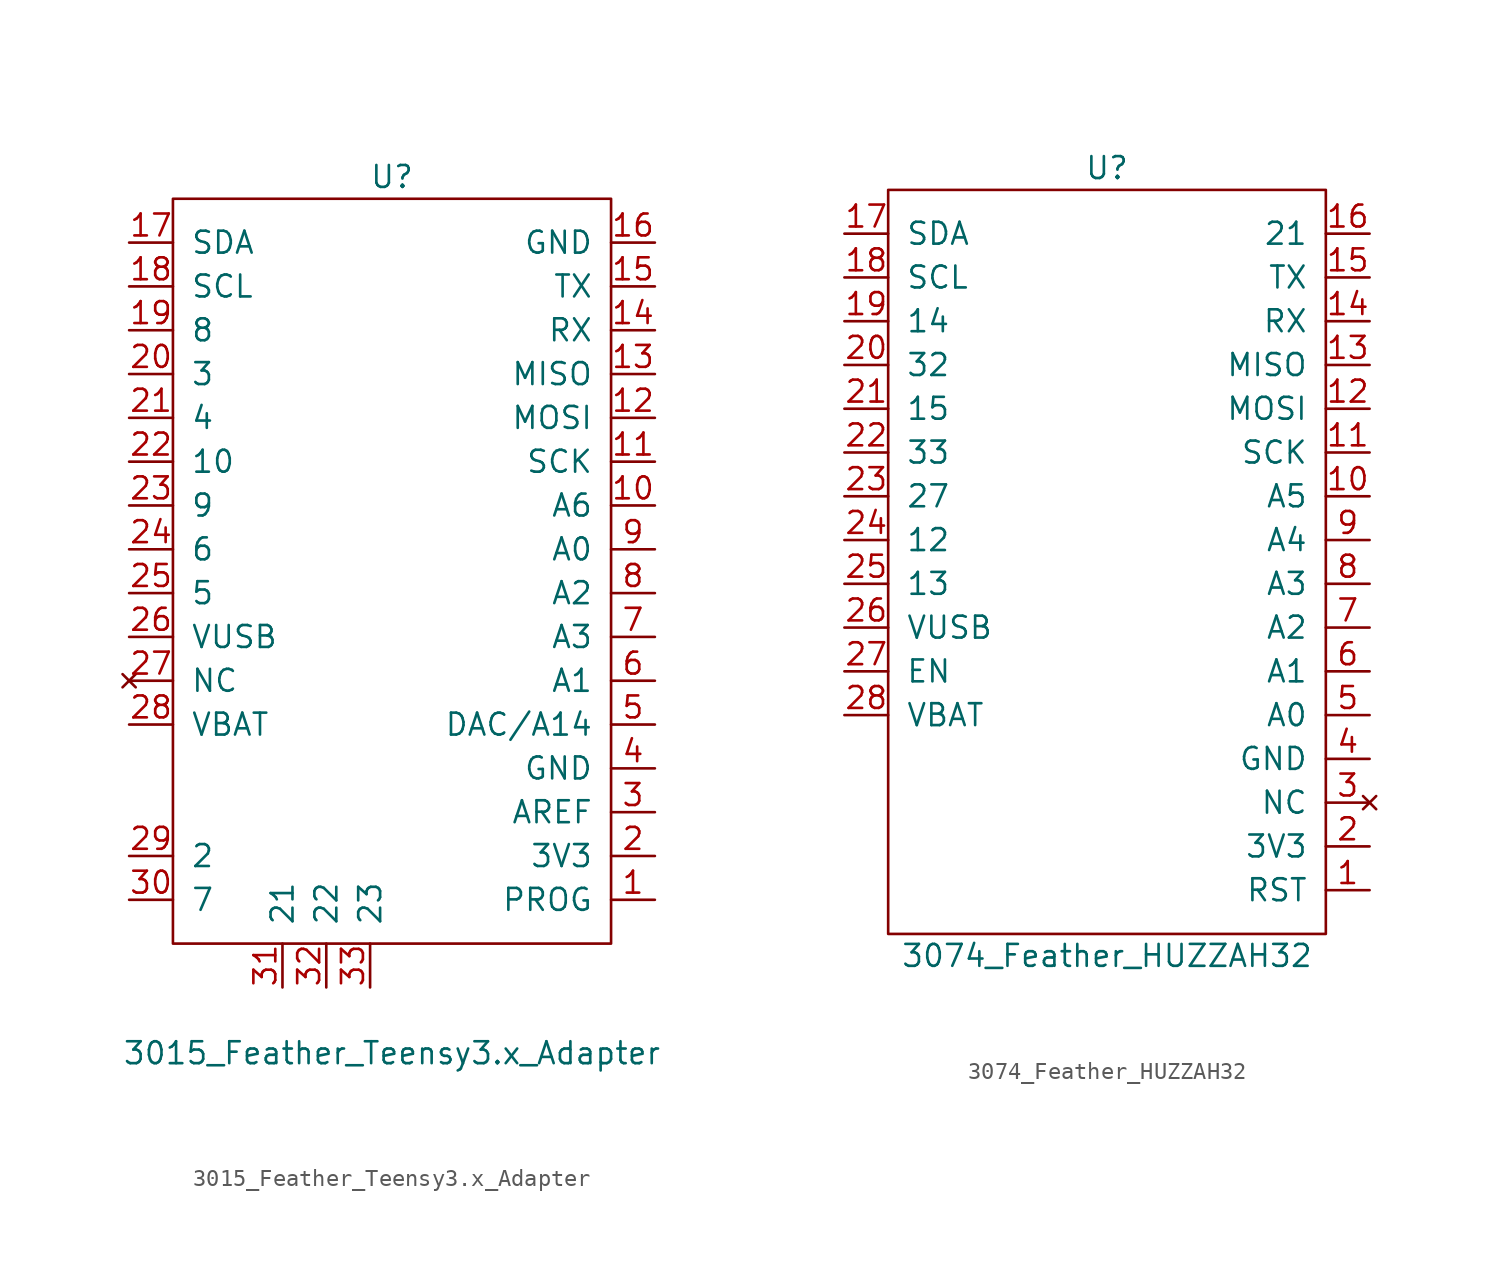
<source format=kicad_sym>
(kicad_symbol_lib
  (version 20211014)
  (generator kicad_symbol_editor)
  (symbol "3015_Feather_Teensy3.x_Adapter"
    (pin_names
      (offset 1.016))
    (property "Reference" "U"
      (at 0 24.13 0)
      (effects (font (size 1.27 1.27))))
    (property "Value" "3015_Feather_Teensy3.x_Adapter"
      (at 0 -26.67 0)
      (effects (font (size 1.27 1.27))))
    (symbol "3015_Feather_Teensy3.x_Adapter_0_1"
      (rectangle (start 12.7 22.86) (end -12.7 -20.32) (stroke (width 0) (type default) (color 0 0 0 0)) (fill (type none))))
    (symbol "3015_Feather_Teensy3.x_Adapter_1_1"
      (pin input line (at 15.24 -17.78 180) (length 2.54) (name "PROG" (effects (font (size 1.27 1.27)))) (number "1" (effects (font (size 1.27 1.27)))))
      (pin bidirectional line (at 15.24 5.08 180) (length 2.54) (name "A6" (effects (font (size 1.27 1.27)))) (number "10" (effects (font (size 1.27 1.27)))))
      (pin output line (at 15.24 7.62 180) (length 2.54) (name "SCK" (effects (font (size 1.27 1.27)))) (number "11" (effects (font (size 1.27 1.27)))))
      (pin output line (at 15.24 10.16 180) (length 2.54) (name "MOSI" (effects (font (size 1.27 1.27)))) (number "12" (effects (font (size 1.27 1.27)))))
      (pin input line (at 15.24 12.7 180) (length 2.54) (name "MISO" (effects (font (size 1.27 1.27)))) (number "13" (effects (font (size 1.27 1.27)))))
      (pin input line (at 15.24 15.24 180) (length 2.54) (name "RX" (effects (font (size 1.27 1.27)))) (number "14" (effects (font (size 1.27 1.27)))))
      (pin output line (at 15.24 17.78 180) (length 2.54) (name "TX" (effects (font (size 1.27 1.27)))) (number "15" (effects (font (size 1.27 1.27)))))
      (pin power_in line (at 15.24 20.32 180) (length 2.54) (name "GND" (effects (font (size 1.27 1.27)))) (number "16" (effects (font (size 1.27 1.27)))))
      (pin output line (at -15.24 20.32 0) (length 2.54) (name "SDA" (effects (font (size 1.27 1.27)))) (number "17" (effects (font (size 1.27 1.27)))))
      (pin output line (at -15.24 17.78 0) (length 2.54) (name "SCL" (effects (font (size 1.27 1.27)))) (number "18" (effects (font (size 1.27 1.27)))))
      (pin bidirectional line (at -15.24 15.24 0) (length 2.54) (name "8" (effects (font (size 1.27 1.27)))) (number "19" (effects (font (size 1.27 1.27)))))
      (pin power_out line (at 15.24 -15.24 180) (length 2.54) (name "3V3" (effects (font (size 1.27 1.27)))) (number "2" (effects (font (size 1.27 1.27)))))
      (pin bidirectional line (at -15.24 12.7 0) (length 2.54) (name "3" (effects (font (size 1.27 1.27)))) (number "20" (effects (font (size 1.27 1.27)))))
      (pin bidirectional line (at -15.24 10.16 0) (length 2.54) (name "4" (effects (font (size 1.27 1.27)))) (number "21" (effects (font (size 1.27 1.27)))))
      (pin bidirectional line (at -15.24 7.62 0) (length 2.54) (name "10" (effects (font (size 1.27 1.27)))) (number "22" (effects (font (size 1.27 1.27)))))
      (pin bidirectional line (at -15.24 5.08 0) (length 2.54) (name "9" (effects (font (size 1.27 1.27)))) (number "23" (effects (font (size 1.27 1.27)))))
      (pin bidirectional line (at -15.24 2.54 0) (length 2.54) (name "6" (effects (font (size 1.27 1.27)))) (number "24" (effects (font (size 1.27 1.27)))))
      (pin bidirectional line (at -15.24 0 0) (length 2.54) (name "5" (effects (font (size 1.27 1.27)))) (number "25" (effects (font (size 1.27 1.27)))))
      (pin bidirectional line (at -15.24 -2.54 0) (length 2.54) (name "VUSB" (effects (font (size 1.27 1.27)))) (number "26" (effects (font (size 1.27 1.27)))))
      (pin no_connect line (at -15.24 -5.08 0) (length 2.54) (name "NC" (effects (font (size 1.27 1.27)))) (number "27" (effects (font (size 1.27 1.27)))))
      (pin power_out line (at -15.24 -7.62 0) (length 2.54) (name "VBAT" (effects (font (size 1.27 1.27)))) (number "28" (effects (font (size 1.27 1.27)))))
      (pin bidirectional line (at -15.24 -15.24 0) (length 2.54) (name "2" (effects (font (size 1.27 1.27)))) (number "29" (effects (font (size 1.27 1.27)))))
      (pin input line (at 15.24 -12.7 180) (length 2.54) (name "AREF" (effects (font (size 1.27 1.27)))) (number "3" (effects (font (size 1.27 1.27)))))
      (pin bidirectional line (at -15.24 -17.78 0) (length 2.54) (name "7" (effects (font (size 1.27 1.27)))) (number "30" (effects (font (size 1.27 1.27)))))
      (pin bidirectional line (at -6.35 -22.86 90) (length 2.54) (name "21" (effects (font (size 1.27 1.27)))) (number "31" (effects (font (size 1.27 1.27)))))
      (pin bidirectional line (at -3.81 -22.86 90) (length 2.54) (name "22" (effects (font (size 1.27 1.27)))) (number "32" (effects (font (size 1.27 1.27)))))
      (pin bidirectional line (at -1.27 -22.86 90) (length 2.54) (name "23" (effects (font (size 1.27 1.27)))) (number "33" (effects (font (size 1.27 1.27)))))
      (pin power_in line (at 15.24 -10.16 180) (length 2.54) (name "GND" (effects (font (size 1.27 1.27)))) (number "4" (effects (font (size 1.27 1.27)))))
      (pin bidirectional line (at 15.24 -7.62 180) (length 2.54) (name "DAC/A14" (effects (font (size 1.27 1.27)))) (number "5" (effects (font (size 1.27 1.27)))))
      (pin bidirectional line (at 15.24 -5.08 180) (length 2.54) (name "A1" (effects (font (size 1.27 1.27)))) (number "6" (effects (font (size 1.27 1.27)))))
      (pin bidirectional line (at 15.24 -2.54 180) (length 2.54) (name "A3" (effects (font (size 1.27 1.27)))) (number "7" (effects (font (size 1.27 1.27)))))
      (pin bidirectional line (at 15.24 0 180) (length 2.54) (name "A2" (effects (font (size 1.27 1.27)))) (number "8" (effects (font (size 1.27 1.27)))))
      (pin bidirectional line (at 15.24 2.54 180) (length 2.54) (name "A0" (effects (font (size 1.27 1.27)))) (number "9" (effects (font (size 1.27 1.27)))))))
  (symbol "3074_Feather_HUZZAH32"
    (pin_names
      (offset 1.016))
    (property "Reference" "U"
      (at 0 24.13 0)
      (effects (font (size 1.27 1.27))))
    (property "Value" "3074_Feather_HUZZAH32"
      (at 0 -21.59 0)
      (effects (font (size 1.27 1.27))))
    (symbol "3074_Feather_HUZZAH32_0_1"
      (rectangle (start 12.7 22.86) (end -12.7 -20.32) (stroke (width 0) (type default) (color 0 0 0 0)) (fill (type none))))
    (symbol "3074_Feather_HUZZAH32_1_1"
      (pin input line (at 15.24 -17.78 180) (length 2.54) (name "RST" (effects (font (size 1.27 1.27)))) (number "1" (effects (font (size 1.27 1.27)))))
      (pin bidirectional line (at 15.24 5.08 180) (length 2.54) (name "A5" (effects (font (size 1.27 1.27)))) (number "10" (effects (font (size 1.27 1.27)))))
      (pin output line (at 15.24 7.62 180) (length 2.54) (name "SCK" (effects (font (size 1.27 1.27)))) (number "11" (effects (font (size 1.27 1.27)))))
      (pin output line (at 15.24 10.16 180) (length 2.54) (name "MOSI" (effects (font (size 1.27 1.27)))) (number "12" (effects (font (size 1.27 1.27)))))
      (pin input line (at 15.24 12.7 180) (length 2.54) (name "MISO" (effects (font (size 1.27 1.27)))) (number "13" (effects (font (size 1.27 1.27)))))
      (pin input line (at 15.24 15.24 180) (length 2.54) (name "RX" (effects (font (size 1.27 1.27)))) (number "14" (effects (font (size 1.27 1.27)))))
      (pin output line (at 15.24 17.78 180) (length 2.54) (name "TX" (effects (font (size 1.27 1.27)))) (number "15" (effects (font (size 1.27 1.27)))))
      (pin bidirectional line (at 15.24 20.32 180) (length 2.54) (name "21" (effects (font (size 1.27 1.27)))) (number "16" (effects (font (size 1.27 1.27)))))
      (pin output line (at -15.24 20.32 0) (length 2.54) (name "SDA" (effects (font (size 1.27 1.27)))) (number "17" (effects (font (size 1.27 1.27)))))
      (pin output line (at -15.24 17.78 0) (length 2.54) (name "SCL" (effects (font (size 1.27 1.27)))) (number "18" (effects (font (size 1.27 1.27)))))
      (pin bidirectional line (at -15.24 15.24 0) (length 2.54) (name "14" (effects (font (size 1.27 1.27)))) (number "19" (effects (font (size 1.27 1.27)))))
      (pin power_out line (at 15.24 -15.24 180) (length 2.54) (name "3V3" (effects (font (size 1.27 1.27)))) (number "2" (effects (font (size 1.27 1.27)))))
      (pin bidirectional line (at -15.24 12.7 0) (length 2.54) (name "32" (effects (font (size 1.27 1.27)))) (number "20" (effects (font (size 1.27 1.27)))))
      (pin bidirectional line (at -15.24 10.16 0) (length 2.54) (name "15" (effects (font (size 1.27 1.27)))) (number "21" (effects (font (size 1.27 1.27)))))
      (pin bidirectional line (at -15.24 7.62 0) (length 2.54) (name "33" (effects (font (size 1.27 1.27)))) (number "22" (effects (font (size 1.27 1.27)))))
      (pin bidirectional line (at -15.24 5.08 0) (length 2.54) (name "27" (effects (font (size 1.27 1.27)))) (number "23" (effects (font (size 1.27 1.27)))))
      (pin bidirectional line (at -15.24 2.54 0) (length 2.54) (name "12" (effects (font (size 1.27 1.27)))) (number "24" (effects (font (size 1.27 1.27)))))
      (pin bidirectional line (at -15.24 0 0) (length 2.54) (name "13" (effects (font (size 1.27 1.27)))) (number "25" (effects (font (size 1.27 1.27)))))
      (pin bidirectional line (at -15.24 -2.54 0) (length 2.54) (name "VUSB" (effects (font (size 1.27 1.27)))) (number "26" (effects (font (size 1.27 1.27)))))
      (pin input line (at -15.24 -5.08 0) (length 2.54) (name "EN" (effects (font (size 1.27 1.27)))) (number "27" (effects (font (size 1.27 1.27)))))
      (pin power_out line (at -15.24 -7.62 0) (length 2.54) (name "VBAT" (effects (font (size 1.27 1.27)))) (number "28" (effects (font (size 1.27 1.27)))))
      (pin no_connect line (at 15.24 -12.7 180) (length 2.54) (name "NC" (effects (font (size 1.27 1.27)))) (number "3" (effects (font (size 1.27 1.27)))))
      (pin power_in line (at 15.24 -10.16 180) (length 2.54) (name "GND" (effects (font (size 1.27 1.27)))) (number "4" (effects (font (size 1.27 1.27)))))
      (pin bidirectional line (at 15.24 -7.62 180) (length 2.54) (name "A0" (effects (font (size 1.27 1.27)))) (number "5" (effects (font (size 1.27 1.27)))))
      (pin bidirectional line (at 15.24 -5.08 180) (length 2.54) (name "A1" (effects (font (size 1.27 1.27)))) (number "6" (effects (font (size 1.27 1.27)))))
      (pin bidirectional line (at 15.24 -2.54 180) (length 2.54) (name "A2" (effects (font (size 1.27 1.27)))) (number "7" (effects (font (size 1.27 1.27)))))
      (pin bidirectional line (at 15.24 0 180) (length 2.54) (name "A3" (effects (font (size 1.27 1.27)))) (number "8" (effects (font (size 1.27 1.27)))))
      (pin bidirectional line (at 15.24 2.54 180) (length 2.54) (name "A4" (effects (font (size 1.27 1.27)))) (number "9" (effects (font (size 1.27 1.27))))))))
</source>
